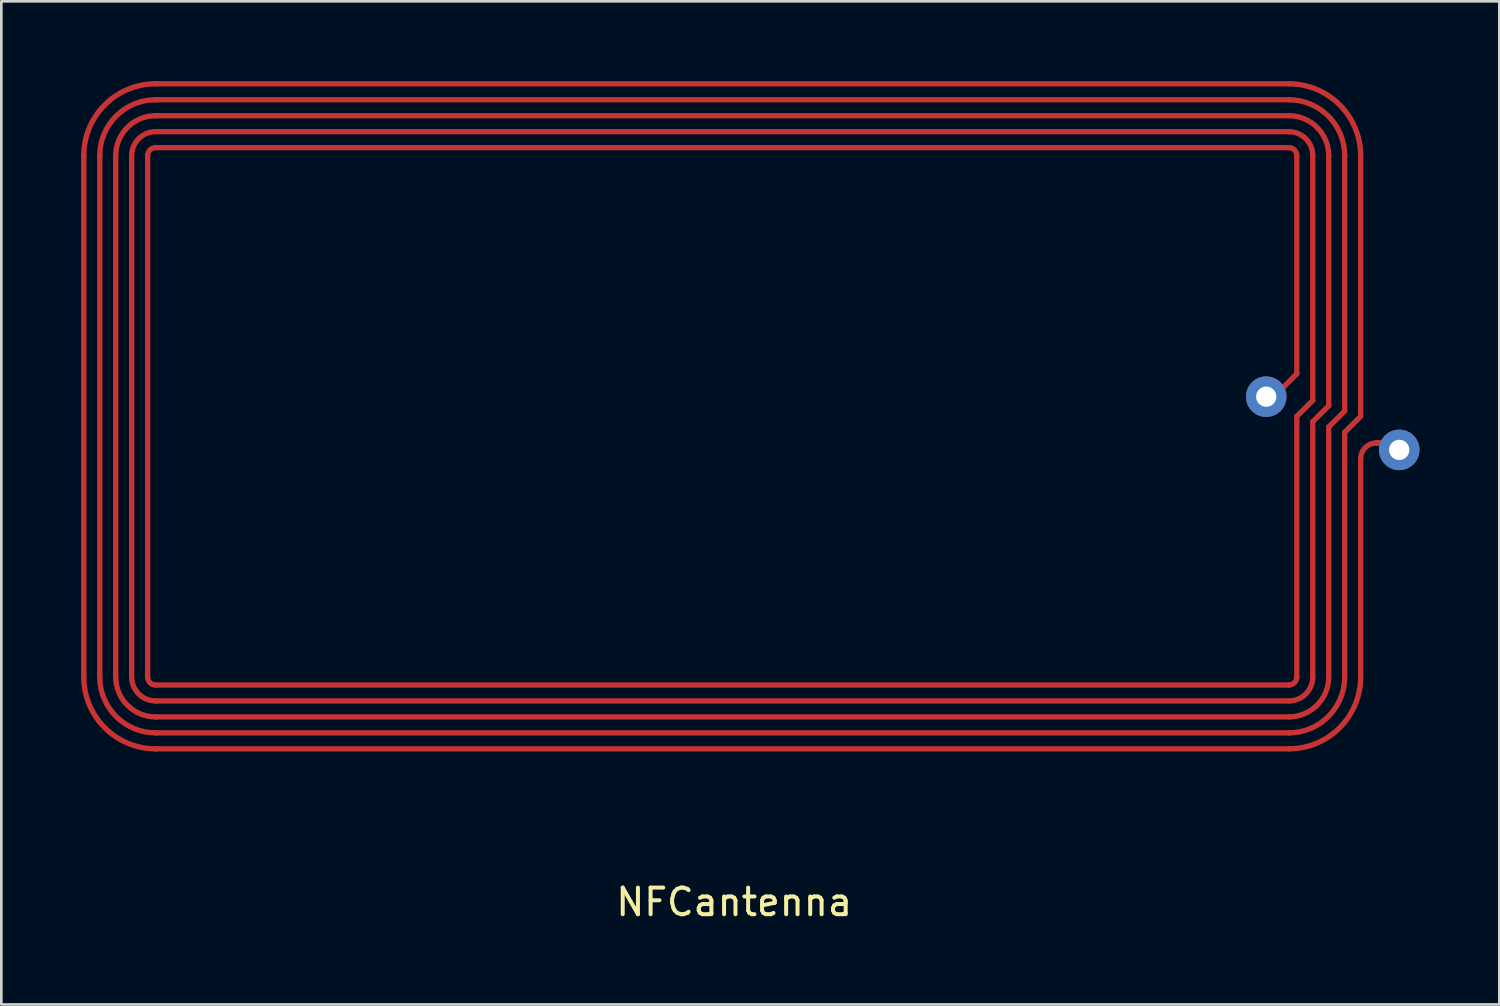
<source format=kicad_pcb>
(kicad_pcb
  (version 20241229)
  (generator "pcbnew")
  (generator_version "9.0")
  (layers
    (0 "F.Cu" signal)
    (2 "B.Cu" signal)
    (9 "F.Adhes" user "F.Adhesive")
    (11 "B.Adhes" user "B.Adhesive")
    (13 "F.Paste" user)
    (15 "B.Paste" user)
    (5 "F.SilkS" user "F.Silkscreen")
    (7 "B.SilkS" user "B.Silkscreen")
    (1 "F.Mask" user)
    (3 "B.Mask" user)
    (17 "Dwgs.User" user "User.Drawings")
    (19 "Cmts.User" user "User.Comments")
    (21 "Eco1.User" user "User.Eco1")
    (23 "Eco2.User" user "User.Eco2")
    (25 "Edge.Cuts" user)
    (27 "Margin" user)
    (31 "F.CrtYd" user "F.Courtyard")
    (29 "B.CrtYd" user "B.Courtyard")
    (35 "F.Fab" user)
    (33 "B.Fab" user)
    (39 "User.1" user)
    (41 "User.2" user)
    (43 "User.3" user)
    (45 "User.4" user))
  (footprint "NFCantenna"
    (layer "F.Cu")
    (at 24.55 30.362)
    (property "Reference" "NFCantenna" (at 0 0.5 0) (layer "F.SilkS") (effects (font (size 1 1) (thickness 0.15))))
    (attr through_hole)
    (fp_line (start -24.45 -27.562) (end -24.45 -7.962) (stroke (width 0.2) (type solid)) (layer "F.Cu"))
    (fp_line (start -23.85 -27.562) (end -23.85 -7.962) (stroke (width 0.2) (type solid)) (layer "F.Cu"))
    (fp_line (start -23.25 -27.562) (end -23.25 -7.962) (stroke (width 0.2) (type solid)) (layer "F.Cu"))
    (fp_line (start -22.65 -27.562) (end -22.65 -7.962) (stroke (width 0.2) (type solid)) (layer "F.Cu"))
    (fp_line (start -22.05 -27.562) (end -22.05 -7.962) (stroke (width 0.2) (type solid)) (layer "F.Cu"))
    (fp_line (start -21.75 -30.262) (end 20.85 -30.262) (stroke (width 0.2) (type solid)) (layer "F.Cu"))
    (fp_line (start -21.75 -29.662) (end 20.85 -29.662) (stroke (width 0.2) (type solid)) (layer "F.Cu"))
    (fp_line (start -21.75 -29.062) (end 20.85 -29.062) (stroke (width 0.2) (type solid)) (layer "F.Cu"))
    (fp_line (start -21.75 -28.462) (end 20.85 -28.462) (stroke (width 0.2) (type solid)) (layer "F.Cu"))
    (fp_line (start -21.75 -27.862) (end 20.85 -27.862) (stroke (width 0.2) (type solid)) (layer "F.Cu"))
    (fp_line (start -21.75 -7.662) (end 20.85 -7.662) (stroke (width 0.2) (type solid)) (layer "F.Cu"))
    (fp_line (start -21.75 -7.062) (end 20.85 -7.062) (stroke (width 0.2) (type solid)) (layer "F.Cu"))
    (fp_line (start -21.75 -6.462) (end 20.85 -6.462) (stroke (width 0.2) (type solid)) (layer "F.Cu"))
    (fp_line (start -21.75 -5.862) (end 20.85 -5.862) (stroke (width 0.2) (type solid)) (layer "F.Cu"))
    (fp_line (start -21.75 -5.262) (end 20.85 -5.262) (stroke (width 0.2) (type solid)) (layer "F.Cu"))
    (fp_line (start 21.15 -27.562) (end 21.15 -19.362) (stroke (width 0.2) (type solid)) (layer "F.Cu"))
    (fp_line (start 21.15 -19.362) (end 20.55 -18.762) (stroke (width 0.2) (type solid)) (layer "F.Cu"))
    (fp_line (start 21.15 -17.762) (end 21.15 -7.962) (stroke (width 0.2) (type solid)) (layer "F.Cu"))
    (fp_line (start 21.75 -27.562) (end 21.75 -18.362) (stroke (width 0.2) (type solid)) (layer "F.Cu"))
    (fp_line (start 21.75 -18.362) (end 21.15 -17.762) (stroke (width 0.2) (type solid)) (layer "F.Cu"))
    (fp_line (start 21.75 -17.562) (end 21.75 -7.962) (stroke (width 0.2) (type solid)) (layer "F.Cu"))
    (fp_line (start 22.35 -27.562) (end 22.35 -18.162) (stroke (width 0.2) (type solid)) (layer "F.Cu"))
    (fp_line (start 22.35 -18.162) (end 21.75 -17.562) (stroke (width 0.2) (type solid)) (layer "F.Cu"))
    (fp_line (start 22.35 -17.362) (end 22.35 -7.962) (stroke (width 0.2) (type solid)) (layer "F.Cu"))
    (fp_line (start 22.95 -27.562) (end 22.95 -17.962) (stroke (width 0.2) (type solid)) (layer "F.Cu"))
    (fp_line (start 22.95 -17.962) (end 22.35 -17.362) (stroke (width 0.2) (type solid)) (layer "F.Cu"))
    (fp_line (start 22.95 -17.162) (end 22.95 -7.962) (stroke (width 0.2) (type solid)) (layer "F.Cu"))
    (fp_line (start 23.55 -27.562) (end 23.55 -17.762) (stroke (width 0.2) (type solid)) (layer "F.Cu"))
    (fp_line (start 23.55 -17.762) (end 22.95 -17.162) (stroke (width 0.2) (type solid)) (layer "F.Cu"))
    (fp_line (start 23.55 -7.962) (end 23.55 -16.162) (stroke (width 0.2) (type solid)) (layer "F.Cu"))
    (fp_line (start 24.15 -16.762) (end 25.05 -16.762) (stroke (width 0.2) (type solid)) (layer "F.Cu"))
    (fp_line (start 24.15 -16.762) (end 25.05 -16.762) (stroke (width 0.2) (type solid)) (layer "F.Cu"))
    (fp_arc (start -24.449999 -27.562099) (mid -23.659169 -29.47127) (end -21.749999 -30.2621) (stroke (width 0.2) (type solid)) (layer "F.Cu"))
    (fp_arc (start -23.849999 -27.562099) (mid -23.234909 -29.04701) (end -21.749999 -29.6621) (stroke (width 0.2) (type solid)) (layer "F.Cu"))
    (fp_arc (start -23.249999 -27.562099) (mid -22.810649 -28.62275) (end -21.749999 -29.0621) (stroke (width 0.2) (type solid)) (layer "F.Cu"))
    (fp_arc (start -22.649999 -27.5621) (mid -22.386389 -28.19849) (end -21.749999 -28.4621) (stroke (width 0.2) (type solid)) (layer "F.Cu"))
    (fp_arc (start -22.049999 -27.5621) (mid -21.962129 -27.77423) (end -21.749999 -27.8621) (stroke (width 0.2) (type solid)) (layer "F.Cu"))
    (fp_arc (start -21.749999 -7.6621) (mid -21.962129 -7.74997) (end -22.049999 -7.9621) (stroke (width 0.2) (type solid)) (layer "F.Cu"))
    (fp_arc (start -21.749999 -7.0621) (mid -22.386389 -7.32571) (end -22.649999 -7.9621) (stroke (width 0.2) (type solid)) (layer "F.Cu"))
    (fp_arc (start -21.749998 -6.4621) (mid -22.810649 -6.90145) (end -23.249999 -7.9621) (stroke (width 0.2) (type solid)) (layer "F.Cu"))
    (fp_arc (start -21.749998 -5.8621) (mid -23.234909 -6.47719) (end -23.849999 -7.9621) (stroke (width 0.2) (type solid)) (layer "F.Cu"))
    (fp_arc (start -21.749998 -5.2621) (mid -23.659169 -6.05293) (end -24.449999 -7.9621) (stroke (width 0.2) (type solid)) (layer "F.Cu"))
    (fp_arc (start 20.85 -30.2621) (mid 22.759171 -29.47127) (end 23.550001 -27.5621) (stroke (width 0.2) (type solid)) (layer "F.Cu"))
    (fp_arc (start 20.85 -29.6621) (mid 22.334911 -29.04701) (end 22.950001 -27.5621) (stroke (width 0.2) (type solid)) (layer "F.Cu"))
    (fp_arc (start 20.85 -29.0621) (mid 21.910651 -28.62275) (end 22.350001 -27.5621) (stroke (width 0.2) (type solid)) (layer "F.Cu"))
    (fp_arc (start 20.850001 -28.4621) (mid 21.486391 -28.19849) (end 21.750001 -27.5621) (stroke (width 0.2) (type solid)) (layer "F.Cu"))
    (fp_arc (start 20.850001 -27.8621) (mid 21.062131 -27.77423) (end 21.150001 -27.5621) (stroke (width 0.2) (type solid)) (layer "F.Cu"))
    (fp_arc (start 21.150001 -7.9621) (mid 21.062131 -7.74997) (end 20.850001 -7.6621) (stroke (width 0.2) (type solid)) (layer "F.Cu"))
    (fp_arc (start 21.750001 -7.9621) (mid 21.486391 -7.32571) (end 20.850001 -7.0621) (stroke (width 0.2) (type solid)) (layer "F.Cu"))
    (fp_arc (start 22.350001 -7.962101) (mid 21.910651 -6.90145) (end 20.850001 -6.4621) (stroke (width 0.2) (type solid)) (layer "F.Cu"))
    (fp_arc (start 22.950001 -7.962101) (mid 22.334911 -6.47719) (end 20.850001 -5.8621) (stroke (width 0.2) (type solid)) (layer "F.Cu"))
    (fp_arc (start 23.550001 -16.162102) (mid 23.725741 -16.586361) (end 24.150001 -16.7621) (stroke (width 0.2) (type solid)) (layer "F.Cu"))
    (fp_arc (start 23.550001 -7.962101) (mid 22.759171 -6.05293) (end 20.850001 -5.2621) (stroke (width 0.2) (type solid)) (layer "F.Cu"))
    (pad "1" thru_hole circle (at 20 -18.5) (size 1.524 1.524) (drill 0.762) (layers "*.Cu" "*.Mask"))
    (pad "2" thru_hole circle (at 25 -16.5) (size 1.524 1.524) (drill 0.762) (layers "*.Cu" "*.Mask")))
  (gr_rect
    (start -3 -3)
    (end 53.312 34.71)
    (stroke (width 0.1) (type default))
    (fill no)
    (layer "Edge.Cuts")))
</source>
